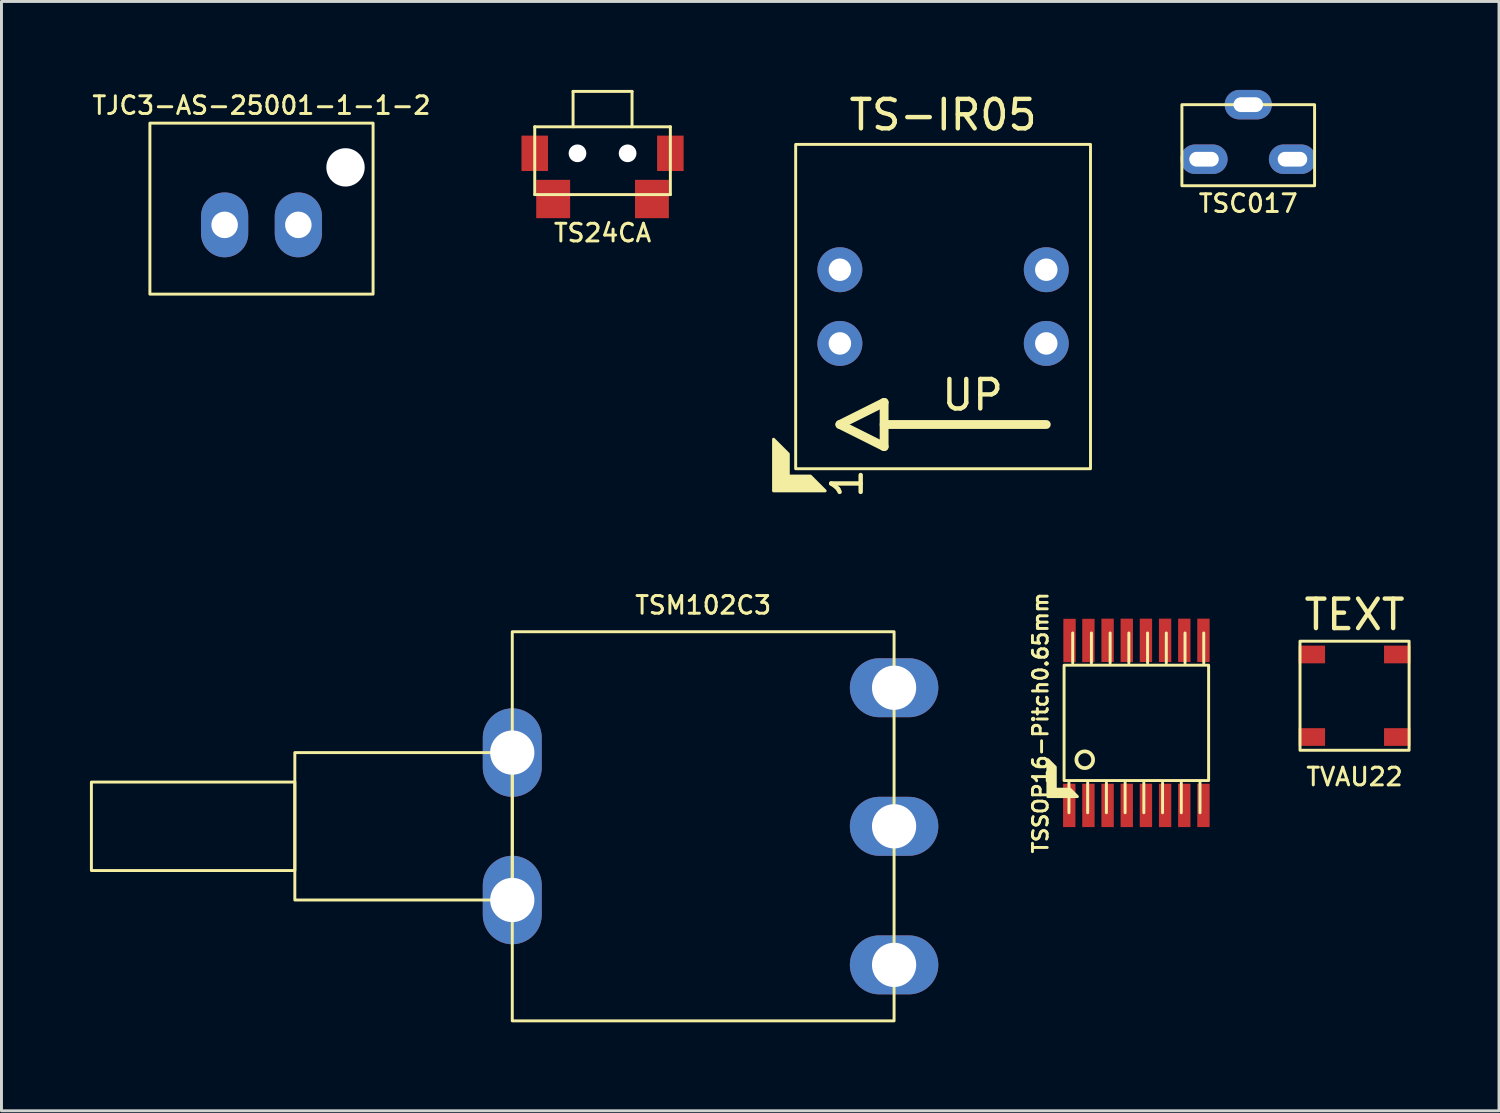
<source format=kicad_pcb>
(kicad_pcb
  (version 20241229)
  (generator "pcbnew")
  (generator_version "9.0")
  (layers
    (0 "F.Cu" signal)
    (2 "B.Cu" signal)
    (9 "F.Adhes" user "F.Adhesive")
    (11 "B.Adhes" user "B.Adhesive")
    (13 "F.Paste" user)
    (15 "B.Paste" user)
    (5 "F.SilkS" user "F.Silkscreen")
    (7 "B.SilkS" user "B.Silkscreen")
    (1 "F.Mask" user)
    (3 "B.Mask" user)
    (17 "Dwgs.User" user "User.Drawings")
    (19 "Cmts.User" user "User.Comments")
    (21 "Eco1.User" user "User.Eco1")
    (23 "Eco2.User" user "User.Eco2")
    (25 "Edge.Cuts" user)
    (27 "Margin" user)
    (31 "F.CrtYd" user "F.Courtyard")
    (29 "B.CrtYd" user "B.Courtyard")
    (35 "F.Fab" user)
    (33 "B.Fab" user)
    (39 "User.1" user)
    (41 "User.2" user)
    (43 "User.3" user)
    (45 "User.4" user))
  (footprint "TSSOP16-Pitch0.65mm"
    (layer "F.Cu")
    (at 35.492 21.468)
    (property "Reference" "TSSOP16-Pitch0.65mm" (at -3.25 0 270) (layer "F.SilkS") (effects (font (size 0.5 0.5) (thickness 0.099))))
    (attr smd)
    (fp_line (start -2.286 2.032) (end -2.286 3.048) (stroke (width 0.1) (type default)) (layer "F.SilkS"))
    (fp_line (start -2.159 -2.032) (end -2.159 -3.048) (stroke (width 0.1) (type default)) (layer "F.SilkS"))
    (fp_line (start -1.651 2.032) (end -1.651 3.048) (stroke (width 0.1) (type default)) (layer "F.SilkS"))
    (fp_line (start -1.524 -2.032) (end -1.524 -3.048) (stroke (width 0.1) (type default)) (layer "F.SilkS"))
    (fp_line (start -1.016 2.032) (end -1.016 3.048) (stroke (width 0.1) (type default)) (layer "F.SilkS"))
    (fp_line (start -0.889 -2.032) (end -0.889 -3.048) (stroke (width 0.1) (type default)) (layer "F.SilkS"))
    (fp_line (start -0.381 2.032) (end -0.381 3.048) (stroke (width 0.1) (type default)) (layer "F.SilkS"))
    (fp_line (start -0.254 -2.032) (end -0.254 -3.048) (stroke (width 0.1) (type default)) (layer "F.SilkS"))
    (fp_line (start 0.254 2.032) (end 0.254 3.048) (stroke (width 0.1) (type default)) (layer "F.SilkS"))
    (fp_line (start 0.381 -2.032) (end 0.381 -3.048) (stroke (width 0.1) (type default)) (layer "F.SilkS"))
    (fp_line (start 0.889 2.032) (end 0.889 3.048) (stroke (width 0.1) (type default)) (layer "F.SilkS"))
    (fp_line (start 1.016 -2.032) (end 1.016 -3.048) (stroke (width 0.1) (type default)) (layer "F.SilkS"))
    (fp_line (start 1.524 2.032) (end 1.524 3.048) (stroke (width 0.1) (type default)) (layer "F.SilkS"))
    (fp_line (start 1.651 -2.032) (end 1.651 -3.048) (stroke (width 0.1) (type default)) (layer "F.SilkS"))
    (fp_line (start 2.159 2.032) (end 2.159 3.048) (stroke (width 0.1) (type default)) (layer "F.SilkS"))
    (fp_line (start 2.286 -2.032) (end 2.286 -3.048) (stroke (width 0.1) (type default)) (layer "F.SilkS"))
    (fp_rect (start 2.451 1.956) (end -2.451 -1.956) (stroke (width 0.1) (type default)) (fill no) (layer "F.SilkS"))
    (fp_circle (center -1.75 1.25) (end -1.877 1.504) (stroke (width 0.127) (type solid)) (fill no) (layer "F.SilkS"))
    (fp_poly (pts (xy -2.75 1.5) (xy -3 1.25) (xy -3 2.5) (xy -2 2.5) (xy -2.25 2.25) (xy -2.75 2.25)) (stroke (width 0.1) (type solid)) (fill yes) (layer "F.SilkS"))
    (pad "1" smd rect (at -2.276 2.799) (size 0.419 1.471) (layers "F.Cu" "F.Mask" "F.Paste"))
    (pad "2" smd rect (at -1.626 2.799) (size 0.419 1.471) (layers "F.Cu" "F.Mask" "F.Paste"))
    (pad "3" smd rect (at -0.975 2.799) (size 0.419 1.471) (layers "F.Cu" "F.Mask" "F.Paste"))
    (pad "4" smd rect (at -0.325 2.799) (size 0.419 1.471) (layers "F.Cu" "F.Mask" "F.Paste"))
    (pad "5" smd rect (at 0.325 2.799) (size 0.419 1.471) (layers "F.Cu" "F.Mask" "F.Paste"))
    (pad "6" smd rect (at 0.975 2.799) (size 0.419 1.471) (layers "F.Cu" "F.Mask" "F.Paste"))
    (pad "7" smd rect (at 1.626 2.799) (size 0.419 1.471) (layers "F.Cu" "F.Mask" "F.Paste"))
    (pad "8" smd rect (at 2.276 2.799) (size 0.419 1.471) (layers "F.Cu" "F.Mask" "F.Paste"))
    (pad "9" smd rect (at 2.276 -2.799) (size 0.419 1.471) (layers "F.Cu" "F.Mask" "F.Paste"))
    (pad "10" smd rect (at 1.626 -2.799) (size 0.419 1.471) (layers "F.Cu" "F.Mask" "F.Paste"))
    (pad "11" smd rect (at 0.975 -2.799) (size 0.419 1.471) (layers "F.Cu" "F.Mask" "F.Paste"))
    (pad "12" smd rect (at 0.325 -2.799) (size 0.419 1.471) (layers "F.Cu" "F.Mask" "F.Paste"))
    (pad "13" smd rect (at -0.325 -2.799) (size 0.419 1.471) (layers "F.Cu" "F.Mask" "F.Paste"))
    (pad "14" smd rect (at -0.975 -2.799) (size 0.419 1.471) (layers "F.Cu" "F.Mask" "F.Paste"))
    (pad "15" smd rect (at -1.626 -2.794) (size 0.419 1.471) (layers "F.Cu" "F.Mask" "F.Paste"))
    (pad "16" smd rect (at -2.266 -2.794) (size 0.419 1.471) (layers "F.Cu" "F.Mask" "F.Paste")))
  (footprint "TSC017"
    (layer "F.Cu")
    (at 39.287 2.35)
    (property "Reference" "TSC017" (at 0 1.5 0) (unlocked yes) (layer "F.SilkS") (effects (font (size 0.6 0.6) (thickness 0.1))))
    (attr through_hole)
    (fp_rect (start -2.25 -1.85) (end 2.25 0.9) (stroke (width 0.1) (type solid)) (fill no) (layer "F.SilkS"))
    (pad "1" thru_hole oval (at -1.5 0) (size 1.6 1) (drill oval 1 0.5) (layers "*.Cu" "*.Mask"))
    (pad "2" thru_hole oval (at 1.5 0) (size 1.6 1) (drill oval 1 0.5) (layers "*.Cu" "*.Mask"))
    (pad "3" thru_hole oval (at 0 -1.85) (size 1.6 1) (drill oval 1 0.5) (layers "*.Cu" "*.Mask")))
  (footprint "TS24CA"
    (layer "F.Cu")
    (at 17.387 2.15)
    (property "Reference" "TS24CA" (at 0 2.7 0) (unlocked yes) (layer "F.SilkS") (effects (font (size 0.6 0.6) (thickness 0.1))))
    (attr smd)
    (fp_line (start -2.3 -0.9) (end 2.3 -0.9) (stroke (width 0.1) (type solid)) (layer "F.SilkS"))
    (fp_line (start -2.3 1.4) (end -2.3 -0.9) (stroke (width 0.1) (type solid)) (layer "F.SilkS"))
    (fp_line (start -1 -2.1) (end -1 -0.9) (stroke (width 0.1) (type solid)) (layer "F.SilkS"))
    (fp_line (start 1 -2.1) (end -1 -2.1) (stroke (width 0.1) (type solid)) (layer "F.SilkS"))
    (fp_line (start 1 -2.1) (end 1 -0.9) (stroke (width 0.1) (type solid)) (layer "F.SilkS"))
    (fp_line (start 2.3 -0.9) (end 2.3 1.4) (stroke (width 0.1) (type solid)) (layer "F.SilkS"))
    (fp_line (start 2.3 1.4) (end -2.3 1.4) (stroke (width 0.1) (type solid)) (layer "F.SilkS"))
    (pad "" np_thru_hole circle (at -0.85 0) (size 0.6 0.6) (drill 0.6) (layers "*.Cu" "*.Mask"))
    (pad "" np_thru_hole circle (at 0.85 0) (size 0.6 0.6) (drill 0.6) (layers "*.Cu" "*.Mask"))
    (pad "0" smd rect (at -2.3 0) (size 0.9 1.2) (layers "F.Cu" "F.Mask" "F.Paste"))
    (pad "0" smd rect (at 2.3 0) (size 0.9 1.2) (layers "F.Cu" "F.Mask" "F.Paste"))
    (pad "1" smd rect (at -1.675 1.55) (size 1.15 1.3) (layers "F.Cu" "F.Mask" "F.Paste"))
    (pad "2" smd rect (at 1.675 1.55) (size 1.15 1.3) (layers "F.Cu" "F.Mask" "F.Paste")))
  (footprint "TSM102C3"
    (layer "F.Cu")
    (at 20.8 24.976)
    (property "Reference" "TSM102C3" (at 0 -7.5 0) (unlocked yes) (layer "F.SilkS") (effects (font (size 0.6 0.6) (thickness 0.1))))
    (attr through_hole)
    (fp_rect (start -13.85 -1.5) (end -20.75 1.5) (stroke (width 0.1) (type solid)) (fill no) (layer "F.SilkS"))
    (fp_rect (start -6.475 -6.6) (end 6.475 6.6) (stroke (width 0.1) (type solid)) (fill no) (layer "F.SilkS"))
    (fp_rect (start -6.475 -2.5) (end -13.85 2.5) (stroke (width 0.1) (type solid)) (fill no) (layer "F.SilkS"))
    (pad "0" thru_hole oval (at -6.475 -2.5 90) (size 3 2) (drill 1.5) (layers "*.Cu" "*.Mask"))
    (pad "0" thru_hole oval (at -6.475 2.5 90) (size 3 2) (drill 1.5) (layers "*.Cu" "*.Mask"))
    (pad "1" thru_hole oval (at 6.475 4.7) (size 3 2) (drill 1.5) (layers "*.Cu" "*.Mask"))
    (pad "2" thru_hole oval (at 6.475 0) (size 3 2) (drill 1.5) (layers "*.Cu" "*.Mask"))
    (pad "3" thru_hole oval (at 6.475 -4.7) (size 3 2) (drill 1.5) (layers "*.Cu" "*.Mask")))
  (footprint "TVAU22"
    (layer "F.Cu")
    (at 42.893 20.548)
    (property "Reference" "TVAU22" (at 0 2.75 0) (unlocked yes) (layer "F.SilkS") (effects (font (size 0.6 0.6) (thickness 0.1))))
    (attr smd)
    (fp_rect (start -1.85 -1.85) (end 1.85 1.85) (stroke (width 0.1) (type solid)) (fill no) (layer "F.SilkS"))
    (fp_text user "TEXT" (at 0 -2.75 0) (unlocked yes) (layer "F.SilkS") (effects (font (size 1 1) (thickness 0.15))))
    (pad "1" smd rect (at -1.45 -1.4) (size 0.9 0.6) (layers "F.Cu" "F.Mask" "F.Paste"))
    (pad "1" smd rect (at 1.45 -1.4) (size 0.9 0.6) (layers "F.Cu" "F.Mask" "F.Paste"))
    (pad "2" smd rect (at -1.45 1.4) (size 0.9 0.6) (layers "F.Cu" "F.Mask" "F.Paste"))
    (pad "2" smd rect (at 1.45 1.4) (size 0.9 0.6) (layers "F.Cu" "F.Mask" "F.Paste")))
  (footprint "TJC3-AS-25001-1-1-2"
    (layer "F.Cu")
    (at 5.819 4.027)
    (property "Reference" "TJC3-AS-25001-1-1-2" (at 0 -3.5 0) (unlocked yes) (layer "F.SilkS") (effects (font (size 0.6 0.6) (thickness 0.1))))
    (attr through_hole)
    (fp_rect (start -3.785 -2.9) (end 3.785 2.9) (stroke (width 0.1) (type solid)) (fill no) (layer "F.SilkS"))
    (pad "" np_thru_hole circle (at 2.85 -1.4) (size 1.3 1.3) (drill 1.3) (layers "*.Cu" "*.Mask"))
    (pad "1" thru_hole oval (at -1.25 0.55) (size 1.6 2.2) (drill 0.9) (layers "*.Cu" "*.Mask"))
    (pad "2" thru_hole oval (at 1.25 0.55) (size 1.6 2.2) (drill 0.9) (layers "*.Cu" "*.Mask")))
  (footprint "TS-IR05"
    (layer "F.Cu")
    (at 28.937 7.348)
    (property "Reference" "TS-IR05" (at 0 -6.5 0) (unlocked yes) (layer "F.SilkS") (effects (font (size 1 1) (thickness 0.15))))
    (attr through_hole)
    (fp_line (start -3.5 4) (end -2 3.25) (stroke (width 0.3) (type solid)) (layer "F.SilkS"))
    (fp_line (start -3.5 4) (end -2 4.75) (stroke (width 0.3) (type solid)) (layer "F.SilkS"))
    (fp_line (start -2 4) (end 3.5 4) (stroke (width 0.3) (type solid)) (layer "F.SilkS"))
    (fp_line (start -2 4.75) (end -2 3.25) (stroke (width 0.3) (type solid)) (layer "F.SilkS"))
    (fp_rect (start -5 -5.5) (end 5 5.5) (stroke (width 0.1) (type solid)) (fill no) (layer "F.SilkS"))
    (fp_poly (pts (xy -5.25 5) (xy -5.25 5.75) (xy -4.5 5.75) (xy -4 6.25) (xy -5.75 6.25) (xy -5.75 4.5)) (stroke (width 0.1) (type solid)) (fill yes) (layer "F.SilkS"))
    (fp_text user "UP" (at 1 3 0) (unlocked yes) (layer "F.SilkS") (effects (font (size 1 1) (thickness 0.15))))
    (fp_text user "1" (at -3.25 6 90) (unlocked yes) (layer "F.SilkS") (effects (font (size 1 1) (thickness 0.15))))
    (pad "1" thru_hole circle (at -3.5 1.25) (size 1.524 1.524) (drill 0.762) (layers "*.Cu" "*.Mask"))
    (pad "2" thru_hole circle (at -3.5 -1.25) (size 1.524 1.524) (drill 0.762) (layers "*.Cu" "*.Mask"))
    (pad "3" thru_hole circle (at 3.5 1.25) (size 1.524 1.524) (drill 0.762) (layers "*.Cu" "*.Mask"))
    (pad "4" thru_hole circle (at 3.5 -1.25) (size 1.524 1.524) (drill 0.762) (layers "*.Cu" "*.Mask")))
  (gr_rect
    (start -3 -3)
    (end 47.793 34.626)
    (stroke (width 0.1) (type default))
    (fill no)
    (layer "Edge.Cuts")))
</source>
